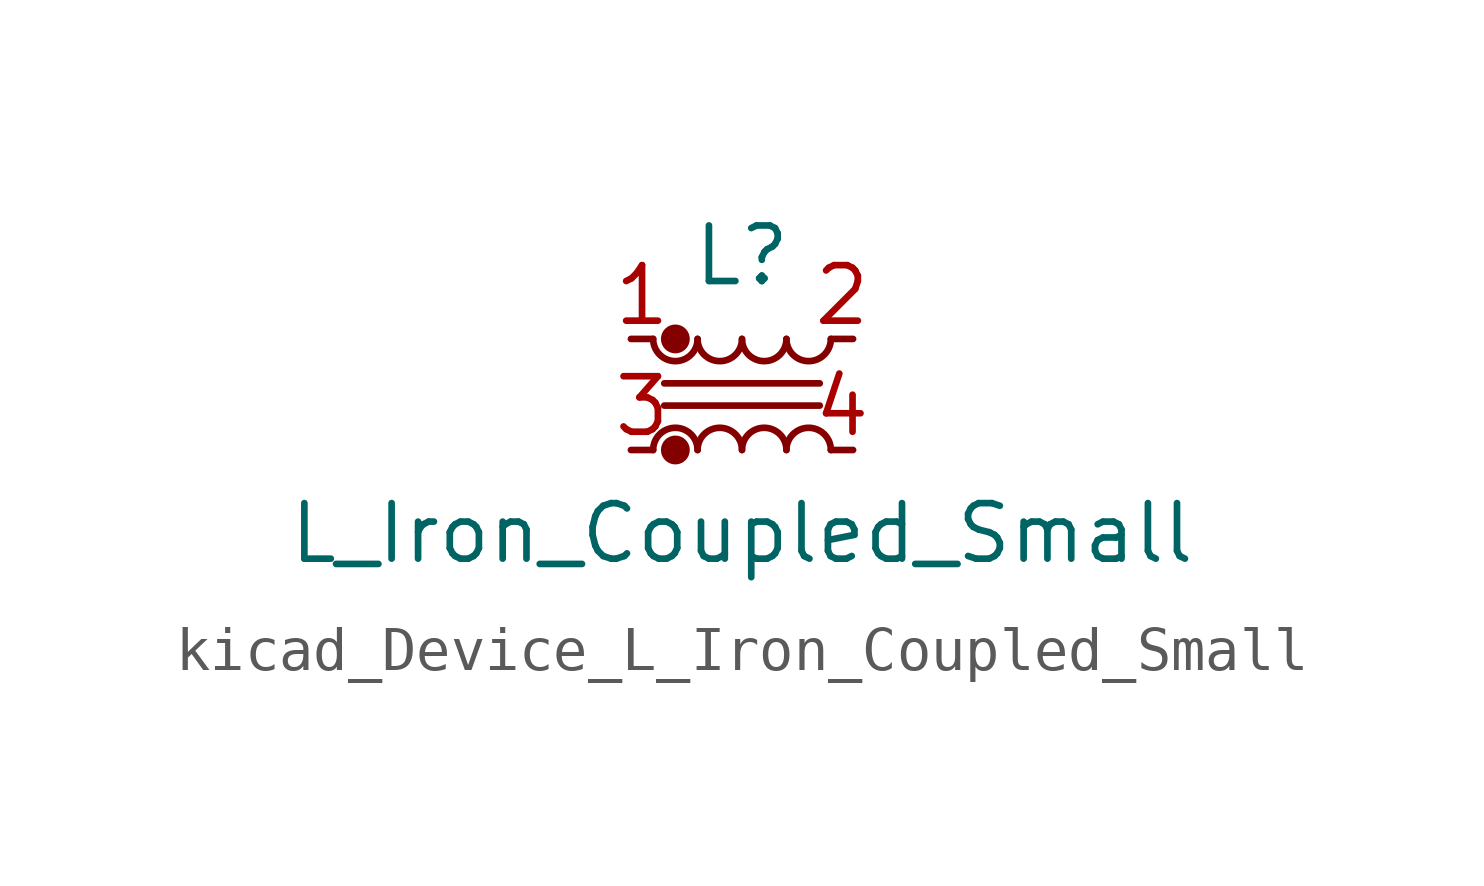
<source format=kicad_sym>
(kicad_symbol_lib
  (version 20220914)
  (generator kicad_symbol_editor)
  (symbol "kicad_Device_L_Iron_Coupled_Small"
    (pin_names
      (offset 0.254) hide)
    (property "Reference" "L"
      (at 0 3.175 0)
      (effects (font (size 1.27 1.27))))
    (property "Value" "L_Iron_Coupled_Small"
      (at 0 -3.175 0)
      (effects (font (size 1.27 1.27))))
    (symbol "kicad_Device_L_Iron_Coupled_Small_0_1"
      (arc (start -2.032 1.27) (mid -1.524 0.7642) (end -1.016 1.27) (stroke (width 0) (type default)) (fill (type none)))
      (circle (center -1.524 -1.27) (radius 0.254) (stroke (width 0) (type default)) (fill (type outline)))
      (circle (center -1.524 1.27) (radius 0.254) (stroke (width 0) (type default)) (fill (type outline)))
      (arc (start -1.016 -1.27) (mid -1.524 -0.7642) (end -2.032 -1.27) (stroke (width 0) (type default)) (fill (type none)))
      (arc (start -1.016 1.27) (mid -0.508 0.7642) (end 0 1.27) (stroke (width 0) (type default)) (fill (type none)))
      (arc (start 0 -1.27) (mid -0.508 -0.7642) (end -1.016 -1.27) (stroke (width 0) (type default)) (fill (type none)))
      (polyline (pts (xy 1.778 -0.254) (xy -1.778 -0.254)) (stroke (width 0) (type default)) (fill (type none)))
      (polyline (pts (xy 1.778 0.254) (xy -1.778 0.254)) (stroke (width 0) (type default)) (fill (type none)))
      (arc (start 0 1.27) (mid 0.508 0.7642) (end 1.016 1.27) (stroke (width 0) (type default)) (fill (type none)))
      (arc (start 1.016 -1.27) (mid 0.508 -0.7642) (end 0 -1.27) (stroke (width 0) (type default)) (fill (type none)))
      (arc (start 1.016 1.27) (mid 1.524 0.7642) (end 2.032 1.27) (stroke (width 0) (type default)) (fill (type none)))
      (arc (start 2.032 -1.27) (mid 1.524 -0.7642) (end 1.016 -1.27) (stroke (width 0) (type default)) (fill (type none))))
    (symbol "kicad_Device_L_Iron_Coupled_Small_1_1"
      (pin passive line (at -2.54 1.27 0) (length 0.508) (name "1" (effects (font (size 1.27 1.27)))) (number "1" (effects (font (size 1.27 1.27)))))
      (pin passive line (at 2.54 1.27 180) (length 0.508) (name "2" (effects (font (size 1.27 1.27)))) (number "2" (effects (font (size 1.27 1.27)))))
      (pin passive line (at -2.54 -1.27 0) (length 0.508) (name "3" (effects (font (size 1.27 1.27)))) (number "3" (effects (font (size 1.27 1.27)))))
      (pin passive line (at 2.54 -1.27 180) (length 0.508) (name "4" (effects (font (size 1.27 1.27)))) (number "4" (effects (font (size 1.27 1.27))))))))
</source>
